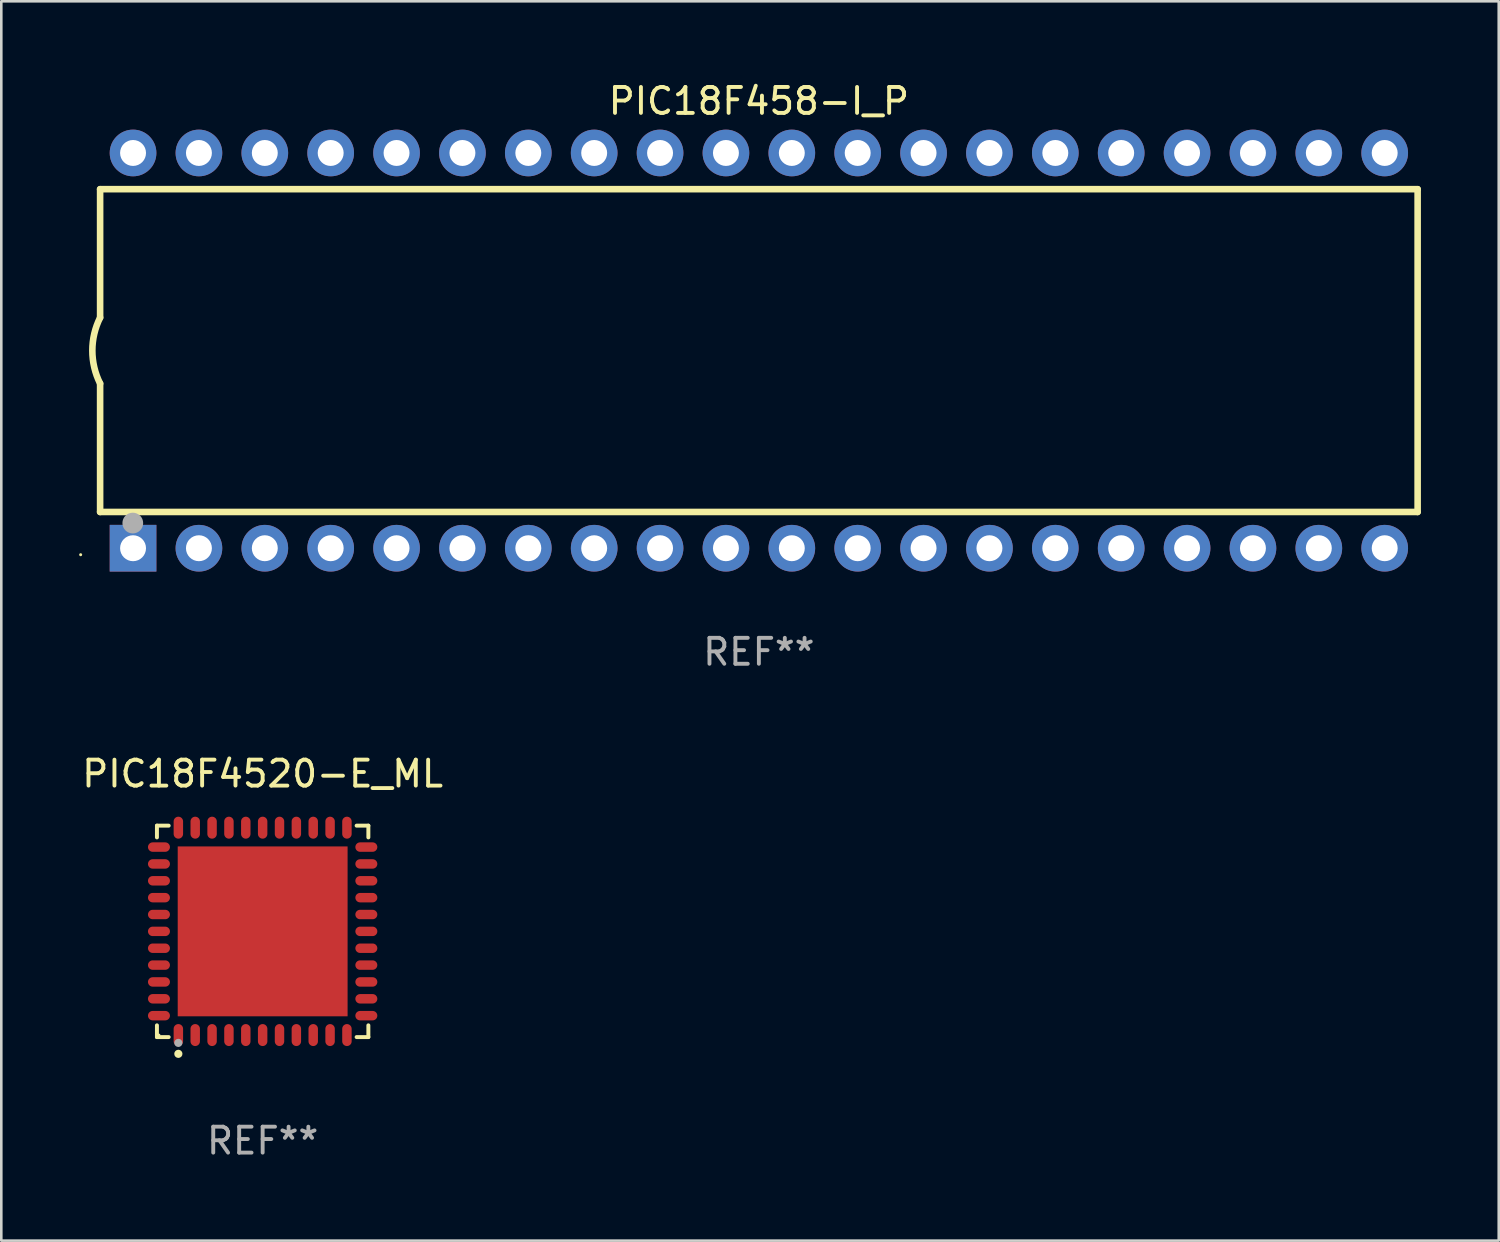
<source format=kicad_pcb>
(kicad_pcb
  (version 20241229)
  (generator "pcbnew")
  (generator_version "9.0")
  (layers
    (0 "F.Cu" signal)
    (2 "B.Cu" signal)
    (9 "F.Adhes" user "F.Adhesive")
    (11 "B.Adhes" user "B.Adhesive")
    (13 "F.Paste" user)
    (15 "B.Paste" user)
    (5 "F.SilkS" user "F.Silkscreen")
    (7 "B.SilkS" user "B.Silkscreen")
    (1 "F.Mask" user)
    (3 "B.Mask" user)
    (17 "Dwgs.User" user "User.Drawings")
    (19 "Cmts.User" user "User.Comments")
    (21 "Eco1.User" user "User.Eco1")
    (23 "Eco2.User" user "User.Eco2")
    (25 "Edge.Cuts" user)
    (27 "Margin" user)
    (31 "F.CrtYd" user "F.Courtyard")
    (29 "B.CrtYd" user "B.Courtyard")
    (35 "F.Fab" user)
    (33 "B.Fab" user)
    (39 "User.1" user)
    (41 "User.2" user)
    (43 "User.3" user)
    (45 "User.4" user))
  (footprint "PIC18F458-I_P"
    (layer "F.Cu")
    (at 26.21 10.468)
    (property "Reference" "PIC18F458-I_P" (at 0 -9.62 0) (layer "F.SilkS") (effects (font (size 1 1) (thickness 0.15))))
    (attr through_hole)
    (fp_line (start -25.4 -6.224) (end -25.4 -1.271) (stroke (width 0.254) (type solid)) (layer "F.SilkS"))
    (fp_line (start -25.4 -6.224) (end 25.4 -6.224) (stroke (width 0.254) (type solid)) (layer "F.SilkS"))
    (fp_line (start -25.4 1.269) (end -25.4 6.222) (stroke (width 0.254) (type solid)) (layer "F.SilkS"))
    (fp_line (start -25.4 6.222) (end 25.4 6.222) (stroke (width 0.254) (type solid)) (layer "F.SilkS"))
    (fp_line (start 25.4 6.222) (end 25.4 -6.224) (stroke (width 0.254) (type solid)) (layer "F.SilkS"))
    (fp_arc (start -25.4 1.269241) (mid -25.699807 -0.000762) (end -25.4 -1.270765) (stroke (width 0.254001) (type solid)) (layer "F.SilkS"))
    (fp_circle (center -26.15 7.87) (end -26.12 7.87) (stroke (width 0.06) (type solid)) (fill no) (layer "F.SilkS"))
    (fp_circle (center -24.14 6.65) (end -23.94 6.65) (stroke (width 0.4) (type solid)) (fill no) (layer "F.Fab"))
    (fp_text user "REF**" (at 0 11.62 0) (layer "F.Fab") (effects (font (size 1 1) (thickness 0.15))))
    (pad "1" thru_hole rect (at -24.13 7.62 90) (size 1.8 1.8) (drill 1) (layers "*.Cu" "*.Mask"))
    (pad "2" thru_hole circle (at -21.59 7.62) (size 1.8 1.8) (drill 1) (layers "*.Cu" "*.Mask"))
    (pad "3" thru_hole circle (at -19.05 7.62) (size 1.8 1.8) (drill 1) (layers "*.Cu" "*.Mask"))
    (pad "4" thru_hole circle (at -16.51 7.62) (size 1.8 1.8) (drill 1) (layers "*.Cu" "*.Mask"))
    (pad "5" thru_hole circle (at -13.97 7.62) (size 1.8 1.8) (drill 1) (layers "*.Cu" "*.Mask"))
    (pad "6" thru_hole circle (at -11.43 7.62) (size 1.8 1.8) (drill 1) (layers "*.Cu" "*.Mask"))
    (pad "7" thru_hole circle (at -8.89 7.62) (size 1.8 1.8) (drill 1) (layers "*.Cu" "*.Mask"))
    (pad "8" thru_hole circle (at -6.35 7.62) (size 1.8 1.8) (drill 1) (layers "*.Cu" "*.Mask"))
    (pad "9" thru_hole circle (at -3.81 7.62) (size 1.8 1.8) (drill 1) (layers "*.Cu" "*.Mask"))
    (pad "10" thru_hole circle (at -1.27 7.62) (size 1.8 1.8) (drill 1) (layers "*.Cu" "*.Mask"))
    (pad "11" thru_hole circle (at 1.27 7.62) (size 1.8 1.8) (drill 1) (layers "*.Cu" "*.Mask"))
    (pad "12" thru_hole circle (at 3.81 7.62) (size 1.8 1.8) (drill 1) (layers "*.Cu" "*.Mask"))
    (pad "13" thru_hole circle (at 6.35 7.62) (size 1.8 1.8) (drill 1) (layers "*.Cu" "*.Mask"))
    (pad "14" thru_hole circle (at 8.89 7.62) (size 1.8 1.8) (drill 1) (layers "*.Cu" "*.Mask"))
    (pad "15" thru_hole circle (at 11.43 7.62) (size 1.8 1.8) (drill 1) (layers "*.Cu" "*.Mask"))
    (pad "16" thru_hole circle (at 13.97 7.62) (size 1.8 1.8) (drill 1) (layers "*.Cu" "*.Mask"))
    (pad "17" thru_hole circle (at 16.51 7.62) (size 1.8 1.8) (drill 1) (layers "*.Cu" "*.Mask"))
    (pad "18" thru_hole circle (at 19.05 7.62) (size 1.8 1.8) (drill 1) (layers "*.Cu" "*.Mask"))
    (pad "19" thru_hole circle (at 21.59 7.62) (size 1.8 1.8) (drill 1) (layers "*.Cu" "*.Mask"))
    (pad "20" thru_hole circle (at 24.13 7.62) (size 1.8 1.8) (drill 1) (layers "*.Cu" "*.Mask"))
    (pad "21" thru_hole circle (at 24.13 -7.62) (size 1.8 1.8) (drill 1) (layers "*.Cu" "*.Mask"))
    (pad "22" thru_hole circle (at 21.59 -7.62) (size 1.8 1.8) (drill 1) (layers "*.Cu" "*.Mask"))
    (pad "23" thru_hole circle (at 19.05 -7.62) (size 1.8 1.8) (drill 1) (layers "*.Cu" "*.Mask"))
    (pad "24" thru_hole circle (at 16.51 -7.62) (size 1.8 1.8) (drill 1) (layers "*.Cu" "*.Mask"))
    (pad "25" thru_hole circle (at 13.97 -7.62) (size 1.8 1.8) (drill 1) (layers "*.Cu" "*.Mask"))
    (pad "26" thru_hole circle (at 11.43 -7.62) (size 1.8 1.8) (drill 1) (layers "*.Cu" "*.Mask"))
    (pad "27" thru_hole circle (at 8.89 -7.62) (size 1.8 1.8) (drill 1) (layers "*.Cu" "*.Mask"))
    (pad "28" thru_hole circle (at 6.35 -7.62) (size 1.8 1.8) (drill 1) (layers "*.Cu" "*.Mask"))
    (pad "29" thru_hole circle (at 3.81 -7.62) (size 1.8 1.8) (drill 1) (layers "*.Cu" "*.Mask"))
    (pad "30" thru_hole circle (at 1.27 -7.62) (size 1.8 1.8) (drill 1) (layers "*.Cu" "*.Mask"))
    (pad "31" thru_hole circle (at -1.27 -7.62) (size 1.8 1.8) (drill 1) (layers "*.Cu" "*.Mask"))
    (pad "32" thru_hole circle (at -3.81 -7.62) (size 1.8 1.8) (drill 1) (layers "*.Cu" "*.Mask"))
    (pad "33" thru_hole circle (at -6.35 -7.62) (size 1.8 1.8) (drill 1) (layers "*.Cu" "*.Mask"))
    (pad "34" thru_hole circle (at -8.89 -7.62) (size 1.8 1.8) (drill 1) (layers "*.Cu" "*.Mask"))
    (pad "35" thru_hole circle (at -11.43 -7.62) (size 1.8 1.8) (drill 1) (layers "*.Cu" "*.Mask"))
    (pad "36" thru_hole circle (at -13.97 -7.62) (size 1.8 1.8) (drill 1) (layers "*.Cu" "*.Mask"))
    (pad "37" thru_hole circle (at -16.51 -7.62) (size 1.8 1.8) (drill 1) (layers "*.Cu" "*.Mask"))
    (pad "38" thru_hole circle (at -19.05 -7.62) (size 1.8 1.8) (drill 1) (layers "*.Cu" "*.Mask"))
    (pad "39" thru_hole circle (at -21.59 -7.62) (size 1.8 1.8) (drill 1) (layers "*.Cu" "*.Mask"))
    (pad "40" thru_hole circle (at -24.13 -7.62) (size 1.8 1.8) (drill 1) (layers "*.Cu" "*.Mask")))
  (footprint "PIC18F4520-E_ML"
    (layer "F.Cu")
    (at 7.077 32.861)
    (property "Reference" "PIC18F4520-E_ML" (at 0 -6.076 0) (layer "F.SilkS") (effects (font (size 1 1) (thickness 0.15))))
    (attr through_hole)
    (fp_line (start -4.076 -4.076) (end -3.623 -4.076) (stroke (width 0.152) (type solid)) (layer "F.SilkS"))
    (fp_line (start -4.076 -3.623) (end -4.076 -4.076) (stroke (width 0.152) (type solid)) (layer "F.SilkS"))
    (fp_line (start -4.076 3.623) (end -4.076 4.076) (stroke (width 0.152) (type solid)) (layer "F.SilkS"))
    (fp_line (start -4.076 4.076) (end -3.623 4.076) (stroke (width 0.152) (type solid)) (layer "F.SilkS"))
    (fp_line (start 4.076 -4.076) (end 3.623 -4.076) (stroke (width 0.152) (type solid)) (layer "F.SilkS"))
    (fp_line (start 4.076 -3.623) (end 4.076 -4.076) (stroke (width 0.152) (type solid)) (layer "F.SilkS"))
    (fp_line (start 4.076 3.623) (end 4.076 4.076) (stroke (width 0.152) (type solid)) (layer "F.SilkS"))
    (fp_line (start 4.076 4.076) (end 3.623 4.076) (stroke (width 0.152) (type solid)) (layer "F.SilkS"))
    (fp_circle (center -4 4) (end -3.97 4) (stroke (width 0.06) (type solid)) (fill no) (layer "F.SilkS"))
    (fp_circle (center -3.25 4.722) (end -3.171 4.722) (stroke (width 0.158) (type solid)) (fill no) (layer "F.SilkS"))
    (fp_circle (center -3.25 4.3) (end -3.171 4.3) (stroke (width 0.158) (type solid)) (fill no) (layer "F.Fab"))
    (fp_text user "REF**" (at 0 8.076 0) (layer "F.Fab") (effects (font (size 1 1) (thickness 0.15))))
    (pad "1" smd oval (at -3.25 3.998) (size 0.364 0.847) (layers "F.Cu" "F.Mask" "F.Paste"))
    (pad "2" smd oval (at -2.6 3.998) (size 0.364 0.847) (layers "F.Cu" "F.Mask" "F.Paste"))
    (pad "3" smd oval (at -1.95 3.998) (size 0.364 0.847) (layers "F.Cu" "F.Mask" "F.Paste"))
    (pad "4" smd oval (at -1.3 3.998) (size 0.364 0.847) (layers "F.Cu" "F.Mask" "F.Paste"))
    (pad "5" smd oval (at -0.65 3.998) (size 0.364 0.847) (layers "F.Cu" "F.Mask" "F.Paste"))
    (pad "6" smd oval (at 0 3.998) (size 0.364 0.847) (layers "F.Cu" "F.Mask" "F.Paste"))
    (pad "7" smd oval (at 0.65 3.998) (size 0.364 0.847) (layers "F.Cu" "F.Mask" "F.Paste"))
    (pad "8" smd oval (at 1.3 3.998) (size 0.364 0.847) (layers "F.Cu" "F.Mask" "F.Paste"))
    (pad "9" smd oval (at 1.95 3.998) (size 0.364 0.847) (layers "F.Cu" "F.Mask" "F.Paste"))
    (pad "10" smd oval (at 2.6 3.998) (size 0.364 0.847) (layers "F.Cu" "F.Mask" "F.Paste"))
    (pad "11" smd oval (at 3.25 3.998) (size 0.364 0.847) (layers "F.Cu" "F.Mask" "F.Paste"))
    (pad "12" smd oval (at 3.998 3.25) (size 0.847 0.364) (layers "F.Cu" "F.Mask" "F.Paste"))
    (pad "13" smd oval (at 3.998 2.6) (size 0.847 0.364) (layers "F.Cu" "F.Mask" "F.Paste"))
    (pad "14" smd oval (at 3.998 1.95) (size 0.847 0.364) (layers "F.Cu" "F.Mask" "F.Paste"))
    (pad "15" smd oval (at 3.998 1.3) (size 0.847 0.364) (layers "F.Cu" "F.Mask" "F.Paste"))
    (pad "16" smd oval (at 3.998 0.65) (size 0.847 0.364) (layers "F.Cu" "F.Mask" "F.Paste"))
    (pad "17" smd oval (at 3.998 0) (size 0.847 0.364) (layers "F.Cu" "F.Mask" "F.Paste"))
    (pad "18" smd oval (at 3.998 -0.65) (size 0.847 0.364) (layers "F.Cu" "F.Mask" "F.Paste"))
    (pad "19" smd oval (at 3.998 -1.3) (size 0.847 0.364) (layers "F.Cu" "F.Mask" "F.Paste"))
    (pad "20" smd oval (at 3.998 -1.95) (size 0.847 0.364) (layers "F.Cu" "F.Mask" "F.Paste"))
    (pad "21" smd oval (at 3.998 -2.6) (size 0.847 0.364) (layers "F.Cu" "F.Mask" "F.Paste"))
    (pad "22" smd oval (at 3.998 -3.25) (size 0.847 0.364) (layers "F.Cu" "F.Mask" "F.Paste"))
    (pad "23" smd oval (at 3.25 -3.998) (size 0.364 0.847) (layers "F.Cu" "F.Mask" "F.Paste"))
    (pad "24" smd oval (at 2.6 -3.998) (size 0.364 0.847) (layers "F.Cu" "F.Mask" "F.Paste"))
    (pad "25" smd oval (at 1.95 -3.998) (size 0.364 0.847) (layers "F.Cu" "F.Mask" "F.Paste"))
    (pad "26" smd oval (at 1.3 -3.998) (size 0.364 0.847) (layers "F.Cu" "F.Mask" "F.Paste"))
    (pad "27" smd oval (at 0.65 -3.998) (size 0.364 0.847) (layers "F.Cu" "F.Mask" "F.Paste"))
    (pad "28" smd oval (at 0 -3.998) (size 0.364 0.847) (layers "F.Cu" "F.Mask" "F.Paste"))
    (pad "29" smd oval (at -0.65 -3.998) (size 0.364 0.847) (layers "F.Cu" "F.Mask" "F.Paste"))
    (pad "30" smd oval (at -1.3 -3.998) (size 0.364 0.847) (layers "F.Cu" "F.Mask" "F.Paste"))
    (pad "31" smd oval (at -1.95 -3.998) (size 0.364 0.847) (layers "F.Cu" "F.Mask" "F.Paste"))
    (pad "32" smd oval (at -2.6 -3.998) (size 0.364 0.847) (layers "F.Cu" "F.Mask" "F.Paste"))
    (pad "33" smd oval (at -3.25 -3.998) (size 0.364 0.847) (layers "F.Cu" "F.Mask" "F.Paste"))
    (pad "34" smd oval (at -3.998 -3.25) (size 0.847 0.364) (layers "F.Cu" "F.Mask" "F.Paste"))
    (pad "35" smd oval (at -3.998 -2.6) (size 0.847 0.364) (layers "F.Cu" "F.Mask" "F.Paste"))
    (pad "36" smd oval (at -3.998 -1.95) (size 0.847 0.364) (layers "F.Cu" "F.Mask" "F.Paste"))
    (pad "37" smd oval (at -3.998 -1.3) (size 0.847 0.364) (layers "F.Cu" "F.Mask" "F.Paste"))
    (pad "38" smd oval (at -3.998 -0.65) (size 0.847 0.364) (layers "F.Cu" "F.Mask" "F.Paste"))
    (pad "39" smd oval (at -3.998 0) (size 0.847 0.364) (layers "F.Cu" "F.Mask" "F.Paste"))
    (pad "40" smd oval (at -3.998 0.65) (size 0.847 0.364) (layers "F.Cu" "F.Mask" "F.Paste"))
    (pad "41" smd oval (at -3.998 1.3) (size 0.847 0.364) (layers "F.Cu" "F.Mask" "F.Paste"))
    (pad "42" smd oval (at -3.998 1.95) (size 0.847 0.364) (layers "F.Cu" "F.Mask" "F.Paste"))
    (pad "43" smd oval (at -3.998 2.6) (size 0.847 0.364) (layers "F.Cu" "F.Mask" "F.Paste"))
    (pad "44" smd oval (at -3.998 3.25) (size 0.847 0.364) (layers "F.Cu" "F.Mask" "F.Paste"))
    (pad "45" smd rect (at 0 0) (size 6.55 6.55) (layers "F.Cu" "F.Mask" "F.Paste")))
  (gr_rect
    (start -3 -3)
    (end 54.737 44.785)
    (stroke (width 0.1) (type default))
    (fill no)
    (layer "Edge.Cuts")))
</source>
